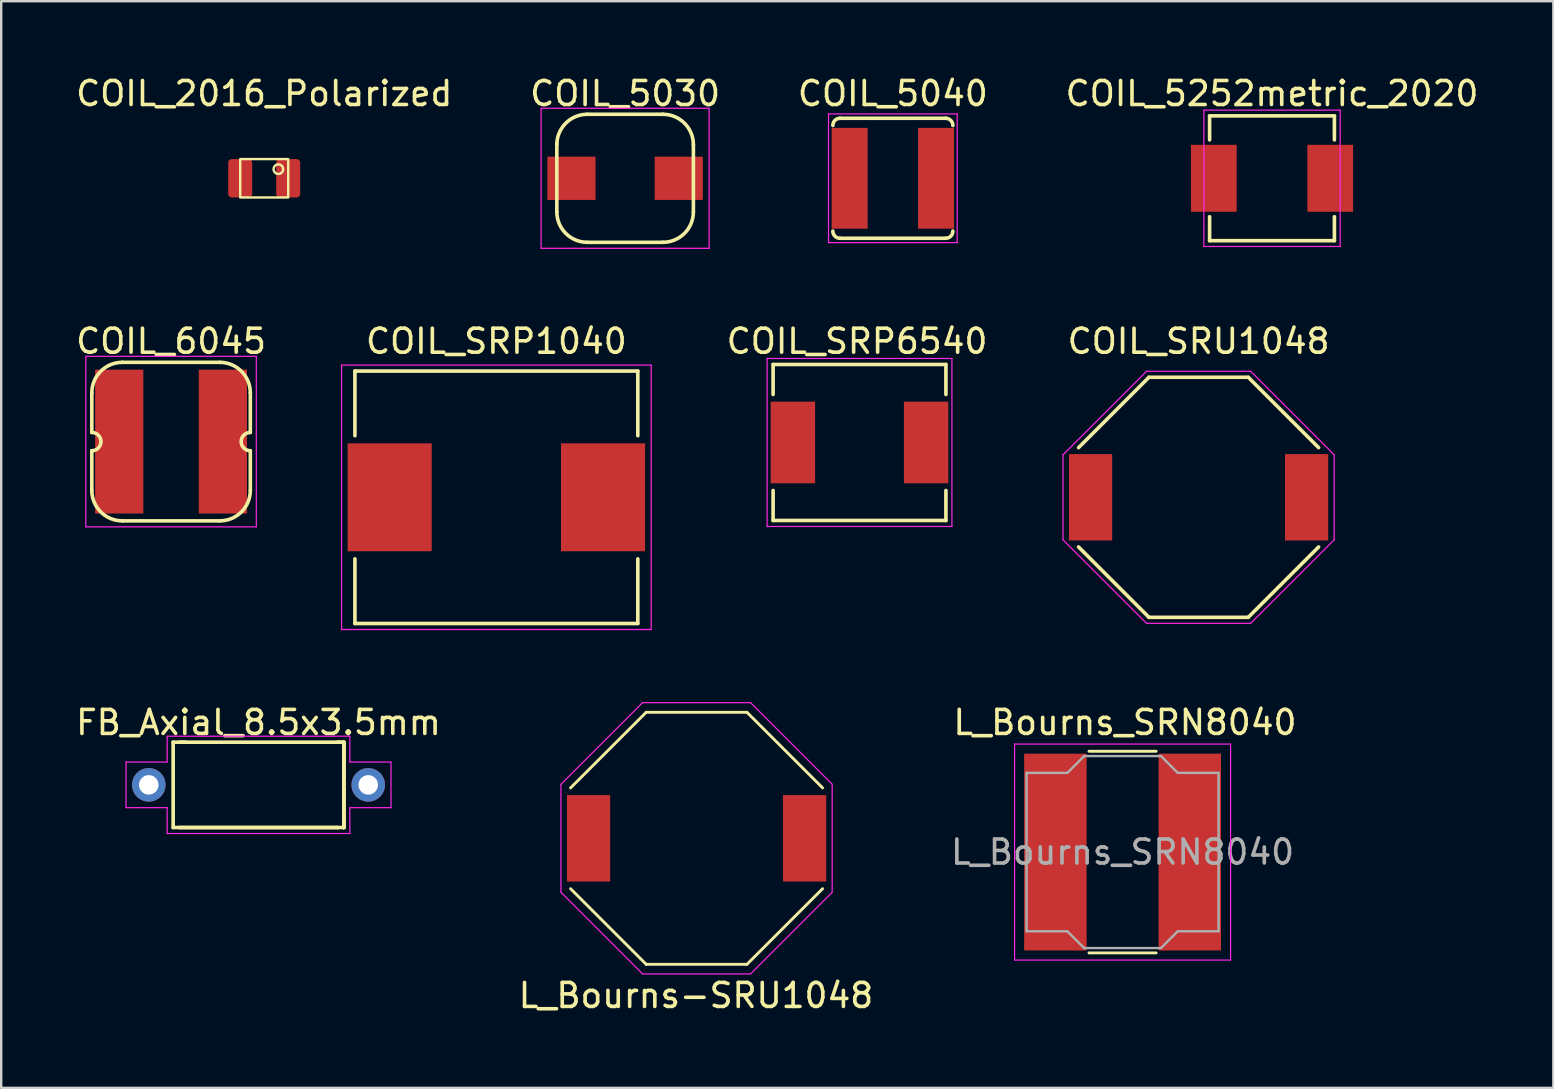
<source format=kicad_pcb>
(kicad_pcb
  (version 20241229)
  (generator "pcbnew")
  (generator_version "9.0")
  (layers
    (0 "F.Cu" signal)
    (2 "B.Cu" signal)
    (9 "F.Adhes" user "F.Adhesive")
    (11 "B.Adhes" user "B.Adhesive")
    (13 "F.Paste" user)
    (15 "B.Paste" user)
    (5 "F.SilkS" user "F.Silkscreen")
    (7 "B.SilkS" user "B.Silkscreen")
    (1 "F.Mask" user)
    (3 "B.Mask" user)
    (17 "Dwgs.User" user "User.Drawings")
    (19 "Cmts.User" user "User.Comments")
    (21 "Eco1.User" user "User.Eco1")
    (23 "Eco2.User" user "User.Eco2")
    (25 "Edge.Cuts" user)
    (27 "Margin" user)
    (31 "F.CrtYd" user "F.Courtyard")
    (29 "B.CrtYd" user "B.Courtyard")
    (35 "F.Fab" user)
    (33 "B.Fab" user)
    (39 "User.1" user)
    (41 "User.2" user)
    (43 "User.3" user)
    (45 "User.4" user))
  (footprint "COIL_5030"
    (layer "F.Cu")
    (at 22.994 4.378)
    (property "Reference" "COIL_5030" (at 0 -3.53 0) (layer "F.SilkS") (effects (font (size 1 1) (thickness 0.15))))
    (attr smd)
    (fp_line (start -2.845 -1.422) (end -2.845 1.397) (stroke (width 0.15) (type solid)) (layer "F.SilkS"))
    (fp_line (start -1.575 -2.667) (end 1.575 -2.667) (stroke (width 0.15) (type solid)) (layer "F.SilkS"))
    (fp_line (start 1.575 2.667) (end -1.575 2.667) (stroke (width 0.15) (type solid)) (layer "F.SilkS"))
    (fp_line (start 2.845 1.397) (end 2.845 -1.397) (stroke (width 0.15) (type solid)) (layer "F.SilkS"))
    (fp_arc (start -2.8448 -1.397) (mid -2.472826 -2.295026) (end -1.5748 -2.667) (stroke (width 0.15) (type solid)) (layer "F.SilkS"))
    (fp_arc (start -1.5748 2.667) (mid -2.472826 2.295026) (end -2.8448 1.397) (stroke (width 0.15) (type solid)) (layer "F.SilkS"))
    (fp_arc (start 1.5748 -2.667) (mid 2.472826 -2.295026) (end 2.8448 -1.397) (stroke (width 0.15) (type solid)) (layer "F.SilkS"))
    (fp_arc (start 2.8448 1.397) (mid 2.472826 2.295026) (end 1.5748 2.667) (stroke (width 0.15) (type solid)) (layer "F.SilkS"))
    (fp_line (start -3.5 -2.917) (end 3.5 -2.917) (stroke (width 0.05) (type solid)) (layer "F.CrtYd"))
    (fp_line (start -3.5 2.917) (end -3.5 -2.917) (stroke (width 0.05) (type solid)) (layer "F.CrtYd"))
    (fp_line (start 3.5 -2.917) (end 3.5 2.917) (stroke (width 0.05) (type solid)) (layer "F.CrtYd"))
    (fp_line (start 3.5 2.917) (end -3.5 2.917) (stroke (width 0.05) (type solid)) (layer "F.CrtYd"))
    (pad "1" smd rect (at -2.235 0) (size 2.007 1.803) (layers "F.Cu" "F.Mask" "F.Paste"))
    (pad "2" smd rect (at 2.235 0) (size 2.007 1.803) (layers "F.Cu" "F.Mask" "F.Paste")))
  (footprint "COIL_SRP6540"
    (layer "F.Cu")
    (at 32.76 15.385)
    (property "Reference" "COIL_SRP6540" (at -0.102 -4.216 0) (layer "F.SilkS") (effects (font (size 1 1) (thickness 0.15))))
    (attr smd)
    (fp_line (start -3.6 -3.25) (end -3.6 -2) (stroke (width 0.15) (type solid)) (layer "F.SilkS"))
    (fp_line (start -3.6 -3.25) (end 3.6 -3.25) (stroke (width 0.15) (type solid)) (layer "F.SilkS"))
    (fp_line (start -3.6 2) (end -3.6 3.25) (stroke (width 0.15) (type solid)) (layer "F.SilkS"))
    (fp_line (start -3.6 3.25) (end 3.6 3.25) (stroke (width 0.15) (type solid)) (layer "F.SilkS"))
    (fp_line (start 3.6 -2) (end 3.6 -3.25) (stroke (width 0.15) (type solid)) (layer "F.SilkS"))
    (fp_line (start 3.6 2) (end 3.6 3.25) (stroke (width 0.15) (type solid)) (layer "F.SilkS"))
    (fp_line (start -3.85 -3.5) (end -3.85 3.5) (stroke (width 0.05) (type solid)) (layer "F.CrtYd"))
    (fp_line (start -3.85 3.5) (end 3.85 3.5) (stroke (width 0.05) (type solid)) (layer "F.CrtYd"))
    (fp_line (start 3.85 -3.5) (end -3.85 -3.5) (stroke (width 0.05) (type solid)) (layer "F.CrtYd"))
    (fp_line (start 3.85 3.5) (end 3.85 -3.5) (stroke (width 0.05) (type solid)) (layer "F.CrtYd"))
    (pad "1" smd rect (at -2.775 0) (size 1.85 3.4) (layers "F.Cu" "F.Mask" "F.Paste"))
    (pad "2" smd rect (at 2.775 0) (size 1.85 3.4) (layers "F.Cu" "F.Mask" "F.Paste")))
  (footprint "L_Bourns_SRN8040"
    (layer "F.Cu")
    (at 43.72 32.45)
    (property "Reference" "L_Bourns_SRN8040" (at 0.1 -5.4 180) (layer "F.SilkS") (effects (font (size 1 1) (thickness 0.15))))
    (attr smd)
    (fp_line (start 1.4 -4.2) (end -1.4 -4.2) (stroke (width 0.12) (type solid)) (layer "F.SilkS"))
    (fp_line (start 1.4 4.2) (end -1.4 4.2) (stroke (width 0.12) (type solid)) (layer "F.SilkS"))
    (fp_line (start -4.5 -4.5) (end -4.5 4.5) (stroke (width 0.05) (type solid)) (layer "F.CrtYd"))
    (fp_line (start -4.5 4.5) (end 4.5 4.5) (stroke (width 0.05) (type solid)) (layer "F.CrtYd"))
    (fp_line (start 4.5 -4.5) (end -4.5 -4.5) (stroke (width 0.05) (type solid)) (layer "F.CrtYd"))
    (fp_line (start 4.5 4.5) (end 4.5 -4.5) (stroke (width 0.05) (type solid)) (layer "F.CrtYd"))
    (fp_line (start -4 3.3) (end -4 -3.3) (stroke (width 0.1) (type solid)) (layer "F.Fab"))
    (fp_line (start -2.3 -3.3) (end -4 -3.3) (stroke (width 0.1) (type solid)) (layer "F.Fab"))
    (fp_line (start -2.3 3.3) (end -4 3.3) (stroke (width 0.1) (type solid)) (layer "F.Fab"))
    (fp_line (start -1.6 -4) (end -2.3 -3.3) (stroke (width 0.1) (type solid)) (layer "F.Fab"))
    (fp_line (start -1.6 4) (end -2.3 3.3) (stroke (width 0.1) (type solid)) (layer "F.Fab"))
    (fp_line (start 1.6 -4) (end -1.6 -4) (stroke (width 0.1) (type solid)) (layer "F.Fab"))
    (fp_line (start 1.6 -4) (end 2.3 -3.3) (stroke (width 0.1) (type solid)) (layer "F.Fab"))
    (fp_line (start 1.6 4) (end -1.6 4) (stroke (width 0.1) (type solid)) (layer "F.Fab"))
    (fp_line (start 1.6 4) (end 2.3 3.3) (stroke (width 0.1) (type solid)) (layer "F.Fab"))
    (fp_line (start 2.3 -3.3) (end 4 -3.3) (stroke (width 0.1) (type solid)) (layer "F.Fab"))
    (fp_line (start 2.3 3.3) (end 4 3.3) (stroke (width 0.1) (type solid)) (layer "F.Fab"))
    (fp_line (start 4 -3.3) (end 4 3.3) (stroke (width 0.1) (type solid)) (layer "F.Fab"))
    (fp_text user "${REFERENCE}" (at 0 0 0) (layer "F.Fab") (effects (font (size 1 1) (thickness 0.15))))
    (pad "1" smd rect (at -2.8 0) (size 2.6 8.2) (layers "F.Cu" "F.Mask" "F.Paste"))
    (pad "2" smd rect (at 2.8 0) (size 2.6 8.2) (layers "F.Cu" "F.Mask" "F.Paste")))
  (footprint "FB_Axial_8.5x3.5mm"
    (layer "F.Cu")
    (at 7.72 29.65)
    (property "Reference" "FB_Axial_8.5x3.5mm" (at 0 -2.6 0) (layer "F.SilkS") (effects (font (size 1 1) (thickness 0.15))))
    (attr through_hole)
    (fp_line (start -3.556 -1.778) (end -3.048 -1.778) (stroke (width 0.15) (type solid)) (layer "F.SilkS"))
    (fp_line (start -3.556 1.778) (end -3.556 -1.778) (stroke (width 0.15) (type solid)) (layer "F.SilkS"))
    (fp_line (start -3.302 1.778) (end 3.302 1.778) (stroke (width 0.15) (type solid)) (layer "F.SilkS"))
    (fp_line (start 3.302 -1.778) (end -3.302 -1.778) (stroke (width 0.15) (type solid)) (layer "F.SilkS"))
    (fp_line (start 3.302 -1.778) (end 3.556 -1.778) (stroke (width 0.15) (type solid)) (layer "F.SilkS"))
    (fp_line (start 3.302 1.778) (end -3.556 1.778) (stroke (width 0.15) (type solid)) (layer "F.SilkS"))
    (fp_line (start 3.556 -1.778) (end 3.302 -1.778) (stroke (width 0.15) (type solid)) (layer "F.SilkS"))
    (fp_line (start 3.556 -1.778) (end 3.556 1.778) (stroke (width 0.15) (type solid)) (layer "F.SilkS"))
    (fp_line (start 3.556 -1.778) (end 3.556 1.778) (stroke (width 0.15) (type solid)) (layer "F.SilkS"))
    (fp_line (start 3.556 1.778) (end 3.302 1.778) (stroke (width 0.15) (type solid)) (layer "F.SilkS"))
    (fp_line (start 3.556 1.778) (end 3.556 -1.778) (stroke (width 0.15) (type solid)) (layer "F.SilkS"))
    (fp_line (start -5.52 -0.95) (end -5.52 0.95) (stroke (width 0.05) (type solid)) (layer "F.CrtYd"))
    (fp_line (start -5.52 0.95) (end -3.806 0.95) (stroke (width 0.05) (type solid)) (layer "F.CrtYd"))
    (fp_line (start -3.806 -2.028) (end -3.806 -0.95) (stroke (width 0.05) (type solid)) (layer "F.CrtYd"))
    (fp_line (start -3.806 -0.95) (end -5.52 -0.95) (stroke (width 0.05) (type solid)) (layer "F.CrtYd"))
    (fp_line (start -3.806 0.95) (end -3.806 2.028) (stroke (width 0.05) (type solid)) (layer "F.CrtYd"))
    (fp_line (start -3.806 2.028) (end 3.806 2.028) (stroke (width 0.05) (type solid)) (layer "F.CrtYd"))
    (fp_line (start 3.806 -2.028) (end -3.806 -2.028) (stroke (width 0.05) (type solid)) (layer "F.CrtYd"))
    (fp_line (start 3.806 -0.95) (end 3.806 -2.028) (stroke (width 0.05) (type solid)) (layer "F.CrtYd"))
    (fp_line (start 3.806 0.95) (end 5.52 0.95) (stroke (width 0.05) (type solid)) (layer "F.CrtYd"))
    (fp_line (start 3.806 2.028) (end 3.806 0.95) (stroke (width 0.05) (type solid)) (layer "F.CrtYd"))
    (fp_line (start 5.52 -0.95) (end 3.806 -0.95) (stroke (width 0.05) (type solid)) (layer "F.CrtYd"))
    (fp_line (start 5.52 0.95) (end 5.52 -0.95) (stroke (width 0.05) (type solid)) (layer "F.CrtYd"))
    (pad "1" thru_hole circle (at -4.572 0) (size 1.397 1.397) (drill 0.813) (layers "*.Cu" "*.Mask"))
    (pad "2" thru_hole circle (at 4.572 0) (size 1.397 1.397) (drill 0.813) (layers "*.Cu" "*.Mask")))
  (footprint "COIL_SRU1048"
    (layer "F.Cu")
    (at 46.887 17.669)
    (property "Reference" "COIL_SRU1048" (at 0 -6.5 0) (layer "F.SilkS") (effects (font (size 1 1) (thickness 0.15))))
    (attr smd)
    (fp_line (start -5 2.07) (end -2.07 5) (stroke (width 0.15) (type solid)) (layer "F.SilkS"))
    (fp_line (start -2.07 -5) (end -5 -2.07) (stroke (width 0.15) (type solid)) (layer "F.SilkS"))
    (fp_line (start -2.07 -5) (end 2.07 -5) (stroke (width 0.15) (type solid)) (layer "F.SilkS"))
    (fp_line (start -2.07 5) (end 2.07 5) (stroke (width 0.15) (type solid)) (layer "F.SilkS"))
    (fp_line (start 2.07 -5) (end 5 -2.07) (stroke (width 0.15) (type solid)) (layer "F.SilkS"))
    (fp_line (start 5 2.07) (end 2.07 5) (stroke (width 0.15) (type solid)) (layer "F.SilkS"))
    (fp_line (start -5.65 -1.77) (end -5.65 1.77) (stroke (width 0.05) (type solid)) (layer "F.CrtYd"))
    (fp_line (start -5.65 1.77) (end -2.17 5.25) (stroke (width 0.05) (type solid)) (layer "F.CrtYd"))
    (fp_line (start -2.17 -5.25) (end -5.65 -1.77) (stroke (width 0.05) (type solid)) (layer "F.CrtYd"))
    (fp_line (start -2.17 5.25) (end 2.17 5.25) (stroke (width 0.05) (type solid)) (layer "F.CrtYd"))
    (fp_line (start 2.17 -5.25) (end -2.17 -5.25) (stroke (width 0.05) (type solid)) (layer "F.CrtYd"))
    (fp_line (start 2.17 -5.25) (end 5.65 -1.77) (stroke (width 0.05) (type solid)) (layer "F.CrtYd"))
    (fp_line (start 2.17 5.25) (end 5.65 1.77) (stroke (width 0.05) (type solid)) (layer "F.CrtYd"))
    (fp_line (start 5.65 1.77) (end 5.65 -1.77) (stroke (width 0.05) (type solid)) (layer "F.CrtYd"))
    (pad "1" smd rect (at -4.5 0) (size 1.8 3.6) (layers "F.Cu" "F.Mask" "F.Paste"))
    (pad "2" smd rect (at 4.5 0) (size 1.8 3.6) (layers "F.Cu" "F.Mask" "F.Paste")))
  (footprint "COIL_5252metric_2020"
    (layer "F.Cu")
    (at 49.946 4.378)
    (property "Reference" "COIL_5252metric_2020" (at 0 -3.53 0) (layer "F.SilkS") (effects (font (size 1 1) (thickness 0.15))))
    (attr smd)
    (fp_line (start -2.6 -2.6) (end -2.6 -1.6) (stroke (width 0.15) (type solid)) (layer "F.SilkS"))
    (fp_line (start -2.6 -2.6) (end 2.6 -2.6) (stroke (width 0.15) (type solid)) (layer "F.SilkS"))
    (fp_line (start -2.6 1.6) (end -2.6 2.6) (stroke (width 0.15) (type solid)) (layer "F.SilkS"))
    (fp_line (start -2.6 2.6) (end 2.6 2.6) (stroke (width 0.15) (type solid)) (layer "F.SilkS"))
    (fp_line (start 2.6 -2.6) (end 2.6 -1.6) (stroke (width 0.15) (type solid)) (layer "F.SilkS"))
    (fp_line (start 2.6 1.6) (end 2.6 2.6) (stroke (width 0.15) (type solid)) (layer "F.SilkS"))
    (fp_line (start -2.84 -2.84) (end -2.84 2.84) (stroke (width 0.05) (type solid)) (layer "F.CrtYd"))
    (fp_line (start -2.84 -2.84) (end 2.84 -2.84) (stroke (width 0.05) (type solid)) (layer "F.CrtYd"))
    (fp_line (start -2.84 2.84) (end 2.84 2.84) (stroke (width 0.05) (type solid)) (layer "F.CrtYd"))
    (fp_line (start 2.84 2.84) (end 2.84 -2.84) (stroke (width 0.05) (type solid)) (layer "F.CrtYd"))
    (pad "1" smd rect (at -2.425 0) (size 1.905 2.79) (layers "F.Cu" "F.Mask" "F.Paste"))
    (pad "2" smd rect (at 2.425 0) (size 1.905 2.79) (layers "F.Cu" "F.Mask" "F.Paste")))
  (footprint "COIL_6045"
    (layer "F.Cu")
    (at 4.077 15.348)
    (property "Reference" "COIL_6045" (at 0 -4.18 0) (layer "F.SilkS") (effects (font (size 1 1) (thickness 0.15))))
    (attr smd)
    (fp_line (start -3.302 -2.032) (end -3.302 -0.381) (stroke (width 0.15) (type solid)) (layer "F.SilkS"))
    (fp_line (start -3.302 0.381) (end -3.302 2.032) (stroke (width 0.15) (type solid)) (layer "F.SilkS"))
    (fp_line (start -2.032 -3.302) (end 2.032 -3.302) (stroke (width 0.15) (type solid)) (layer "F.SilkS"))
    (fp_line (start 2.032 3.302) (end -2.032 3.302) (stroke (width 0.15) (type solid)) (layer "F.SilkS"))
    (fp_line (start 3.302 -0.381) (end 3.302 -2.032) (stroke (width 0.15) (type solid)) (layer "F.SilkS"))
    (fp_line (start 3.302 2.032) (end 3.302 0.381) (stroke (width 0.15) (type solid)) (layer "F.SilkS"))
    (fp_arc (start -3.302 -2.032) (mid -2.930026 -2.930026) (end -2.032 -3.302) (stroke (width 0.15) (type solid)) (layer "F.SilkS"))
    (fp_arc (start -3.302 -0.381) (mid -2.921 0) (end -3.302 0.381) (stroke (width 0.15) (type solid)) (layer "F.SilkS"))
    (fp_arc (start -2.032 3.302) (mid -2.930026 2.930026) (end -3.302 2.032) (stroke (width 0.15) (type solid)) (layer "F.SilkS"))
    (fp_arc (start 2.032 -3.302) (mid 2.930026 -2.930026) (end 3.302 -2.032) (stroke (width 0.15) (type solid)) (layer "F.SilkS"))
    (fp_arc (start 3.302 0.381) (mid 2.921 0) (end 3.302 -0.381) (stroke (width 0.15) (type solid)) (layer "F.SilkS"))
    (fp_arc (start 3.302 2.032) (mid 2.930026 2.930026) (end 2.032 3.302) (stroke (width 0.15) (type solid)) (layer "F.SilkS"))
    (fp_line (start -3.552 -3.552) (end -3.552 3.552) (stroke (width 0.05) (type solid)) (layer "F.CrtYd"))
    (fp_line (start -3.552 3.552) (end 3.552 3.552) (stroke (width 0.05) (type solid)) (layer "F.CrtYd"))
    (fp_line (start 3.552 -3.552) (end -3.552 -3.552) (stroke (width 0.05) (type solid)) (layer "F.CrtYd"))
    (fp_line (start 3.552 3.552) (end 3.552 -3.552) (stroke (width 0.05) (type solid)) (layer "F.CrtYd"))
    (pad "1" smd rect (at -2.159 0) (size 2.007 5.994) (layers "F.Cu" "F.Mask" "F.Paste"))
    (pad "2" smd rect (at 2.159 0) (size 2.007 5.994) (layers "F.Cu" "F.Mask" "F.Paste")))
  (footprint "COIL_2016_Polarized"
    (layer "F.Cu")
    (at 7.958 4.378)
    (property "Reference" "COIL_2016_Polarized" (at 0 -3.53 0) (layer "F.SilkS") (effects (font (size 1 1) (thickness 0.15))))
    (attr through_hole)
    (fp_rect (start -1 -0.8) (end 1 0.8) (stroke (width 0.1) (type solid)) (fill no) (layer "F.SilkS"))
    (fp_circle (center 0.59 -0.38) (end 0.79 -0.38) (stroke (width 0.1) (type solid)) (fill no) (layer "F.SilkS"))
    (pad "1" smd roundrect (at 1 0) (size 1 1.6) (layers "F.Cu" "F.Mask" "F.Paste") (roundrect_rratio 0.15))
    (pad "2" smd roundrect (at -1 0) (size 1 1.6) (layers "F.Cu" "F.Mask" "F.Paste") (roundrect_rratio 0.15)))
  (footprint "COIL_5040"
    (layer "F.Cu")
    (at 34.149 4.378)
    (property "Reference" "COIL_5040" (at 0 -3.53 0) (layer "F.SilkS") (effects (font (size 1 1) (thickness 0.15))))
    (attr smd)
    (fp_line (start -2.2 -2.5) (end 2.2 -2.5) (stroke (width 0.15) (type solid)) (layer "F.SilkS"))
    (fp_line (start -2.2 2.5) (end 2.2 2.5) (stroke (width 0.15) (type solid)) (layer "F.SilkS"))
    (fp_arc (start -2.5 -2.2) (mid -2.412132 -2.412132) (end -2.2 -2.5) (stroke (width 0.15) (type solid)) (layer "F.SilkS"))
    (fp_arc (start -2.2 2.5) (mid -2.412132 2.412132) (end -2.5 2.2) (stroke (width 0.15) (type solid)) (layer "F.SilkS"))
    (fp_arc (start 2.2 -2.5) (mid 2.412132 -2.412132) (end 2.5 -2.2) (stroke (width 0.15) (type solid)) (layer "F.SilkS"))
    (fp_arc (start 2.5 2.2) (mid 2.412132 2.412132) (end 2.2 2.5) (stroke (width 0.15) (type solid)) (layer "F.SilkS"))
    (fp_line (start -2.68 -2.68) (end -2.68 2.68) (stroke (width 0.05) (type solid)) (layer "F.CrtYd"))
    (fp_line (start -2.68 -2.68) (end 2.68 -2.68) (stroke (width 0.05) (type solid)) (layer "F.CrtYd"))
    (fp_line (start -2.68 2.68) (end 2.68 2.68) (stroke (width 0.05) (type solid)) (layer "F.CrtYd"))
    (fp_line (start 2.68 2.68) (end 2.68 -2.68) (stroke (width 0.05) (type solid)) (layer "F.CrtYd"))
    (pad "1" smd rect (at -1.8 0) (size 1.5 4.2) (layers "F.Cu" "F.Mask" "F.Paste"))
    (pad "2" smd rect (at 1.8 0) (size 1.5 4.2) (layers "F.Cu" "F.Mask" "F.Paste")))
  (footprint "L_Bourns-SRU1048"
    (layer "F.Cu")
    (at 25.971 31.876)
    (property "Reference" "L_Bourns-SRU1048" (at -0.025 6.55 0) (layer "F.SilkS") (effects (font (size 1 1) (thickness 0.15))))
    (attr smd)
    (fp_line (start -5.25 2.1) (end -2.1 5.25) (stroke (width 0.12) (type solid)) (layer "F.SilkS"))
    (fp_line (start -2.1 -5.25) (end -5.25 -2.1) (stroke (width 0.12) (type solid)) (layer "F.SilkS"))
    (fp_line (start -2.1 -5.25) (end 2.1 -5.25) (stroke (width 0.12) (type solid)) (layer "F.SilkS"))
    (fp_line (start 2.1 5.25) (end -2.1 5.25) (stroke (width 0.12) (type solid)) (layer "F.SilkS"))
    (fp_line (start 2.1 5.25) (end 5.25 2.1) (stroke (width 0.12) (type solid)) (layer "F.SilkS"))
    (fp_line (start 5.25 -2.1) (end 2.1 -5.25) (stroke (width 0.12) (type solid)) (layer "F.SilkS"))
    (fp_line (start -5.65 -2.25) (end -5.65 2.25) (stroke (width 0.05) (type solid)) (layer "F.CrtYd"))
    (fp_line (start -5.65 -2.25) (end -2.25 -5.65) (stroke (width 0.05) (type solid)) (layer "F.CrtYd"))
    (fp_line (start -5.65 2.25) (end -2.25 5.65) (stroke (width 0.05) (type solid)) (layer "F.CrtYd"))
    (fp_line (start -2.25 -5.65) (end 2.25 -5.65) (stroke (width 0.05) (type solid)) (layer "F.CrtYd"))
    (fp_line (start -2.25 5.65) (end 2.25 5.65) (stroke (width 0.05) (type solid)) (layer "F.CrtYd"))
    (fp_line (start 2.25 5.65) (end 5.65 2.25) (stroke (width 0.05) (type solid)) (layer "F.CrtYd"))
    (fp_line (start 5.65 -2.25) (end 2.25 -5.65) (stroke (width 0.05) (type solid)) (layer "F.CrtYd"))
    (fp_line (start 5.65 -2.25) (end 5.65 2.25) (stroke (width 0.05) (type solid)) (layer "F.CrtYd"))
    (pad "1" smd rect (at -4.5 0) (size 1.8 3.6) (layers "F.Cu" "F.Mask" "F.Paste"))
    (pad "2" smd rect (at 4.5 0) (size 1.8 3.6) (layers "F.Cu" "F.Mask" "F.Paste")))
  (footprint "COIL_SRP1040"
    (layer "F.Cu")
    (at 17.63 17.669)
    (property "Reference" "COIL_SRP1040" (at 0 -6.5 0) (layer "F.SilkS") (effects (font (size 1 1) (thickness 0.15))))
    (attr smd)
    (fp_line (start -5.893 -5.258) (end -5.893 -2.565) (stroke (width 0.15) (type solid)) (layer "F.SilkS"))
    (fp_line (start -5.893 -5.258) (end 5.893 -5.258) (stroke (width 0.15) (type solid)) (layer "F.SilkS"))
    (fp_line (start -5.893 2.565) (end -5.893 5.258) (stroke (width 0.15) (type solid)) (layer "F.SilkS"))
    (fp_line (start -5.893 5.258) (end 5.893 5.258) (stroke (width 0.15) (type solid)) (layer "F.SilkS"))
    (fp_line (start 5.893 -5.258) (end 5.893 -2.565) (stroke (width 0.15) (type solid)) (layer "F.SilkS"))
    (fp_line (start 5.893 2.565) (end 5.893 5.258) (stroke (width 0.15) (type solid)) (layer "F.SilkS"))
    (fp_line (start -6.45 -5.508) (end -6.45 5.508) (stroke (width 0.05) (type solid)) (layer "F.CrtYd"))
    (fp_line (start -6.45 5.508) (end 6.45 5.508) (stroke (width 0.05) (type solid)) (layer "F.CrtYd"))
    (fp_line (start 6.45 -5.508) (end -6.45 -5.508) (stroke (width 0.05) (type solid)) (layer "F.CrtYd"))
    (fp_line (start 6.45 5.508) (end 6.45 -5.508) (stroke (width 0.05) (type solid)) (layer "F.CrtYd"))
    (pad "1" smd rect (at -4.445 0) (size 3.505 4.496) (layers "F.Cu" "F.Mask" "F.Paste"))
    (pad "2" smd rect (at 4.445 0) (size 3.505 4.496) (layers "F.Cu" "F.Mask" "F.Paste")))
  (gr_rect
    (start -3 -3)
    (end 61.667 42.275)
    (stroke (width 0.1) (type default))
    (fill no)
    (layer "Edge.Cuts")))
</source>
